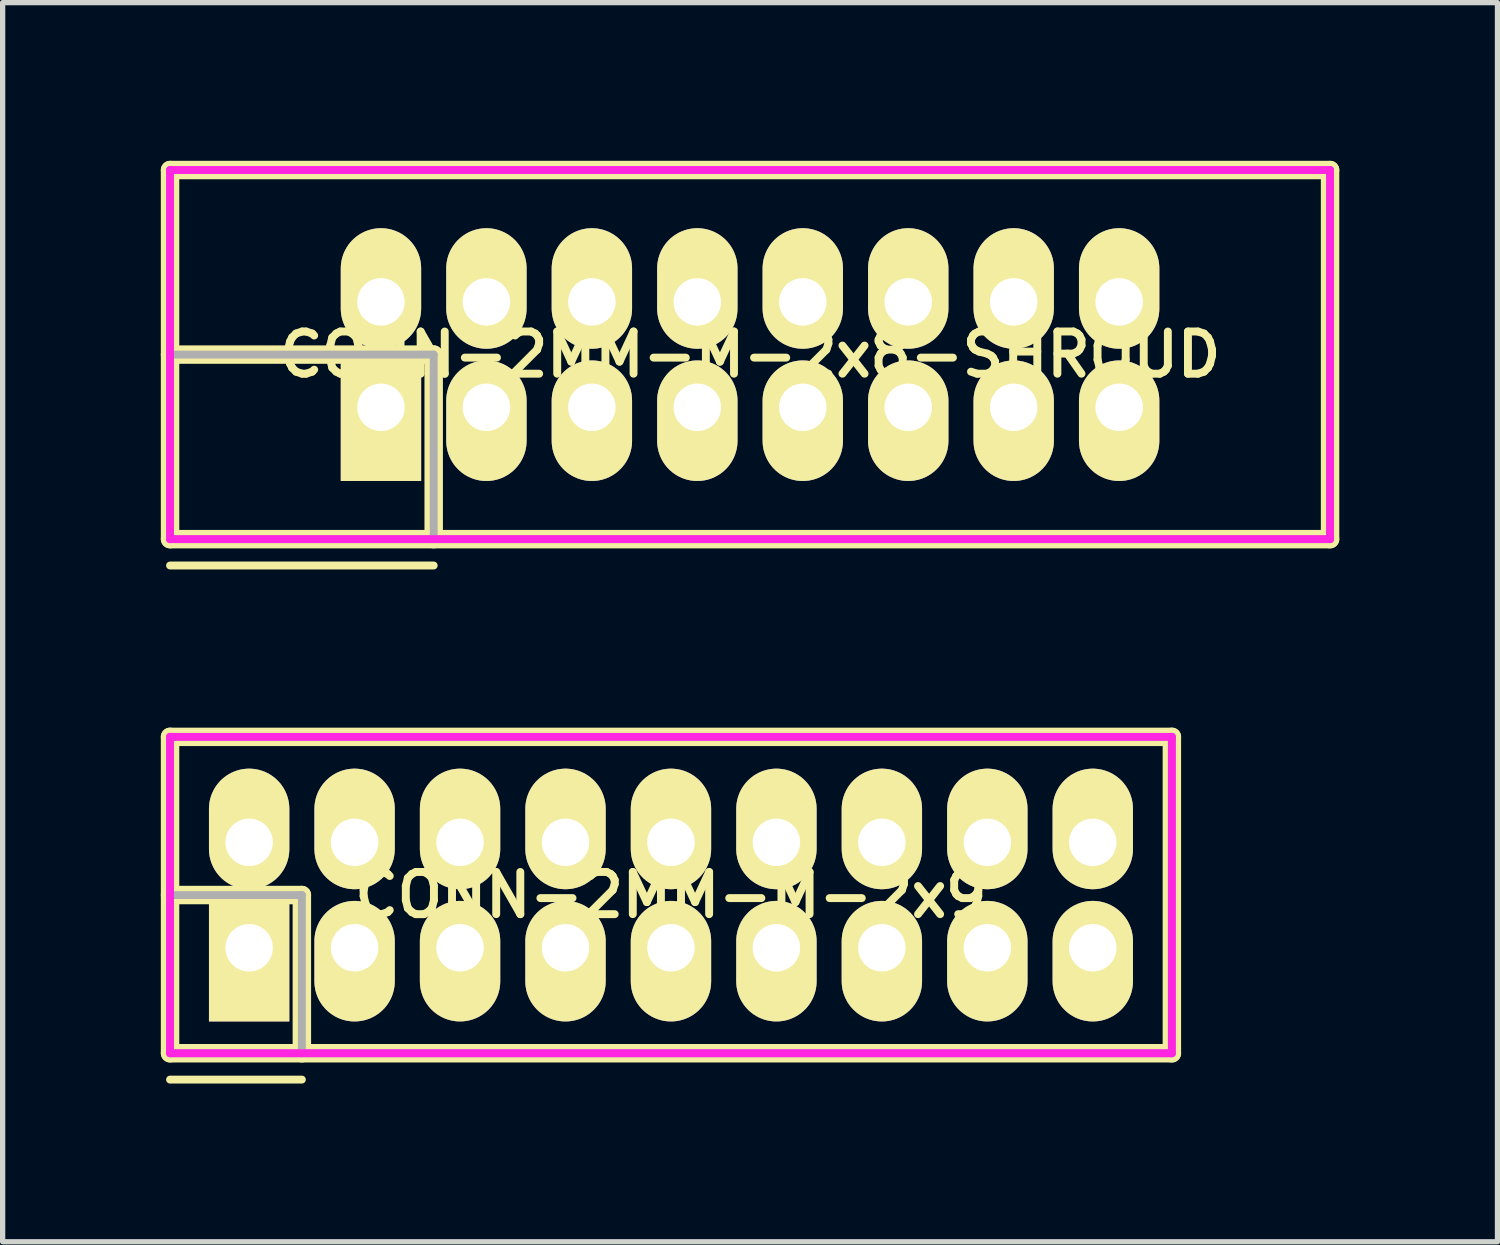
<source format=kicad_pcb>
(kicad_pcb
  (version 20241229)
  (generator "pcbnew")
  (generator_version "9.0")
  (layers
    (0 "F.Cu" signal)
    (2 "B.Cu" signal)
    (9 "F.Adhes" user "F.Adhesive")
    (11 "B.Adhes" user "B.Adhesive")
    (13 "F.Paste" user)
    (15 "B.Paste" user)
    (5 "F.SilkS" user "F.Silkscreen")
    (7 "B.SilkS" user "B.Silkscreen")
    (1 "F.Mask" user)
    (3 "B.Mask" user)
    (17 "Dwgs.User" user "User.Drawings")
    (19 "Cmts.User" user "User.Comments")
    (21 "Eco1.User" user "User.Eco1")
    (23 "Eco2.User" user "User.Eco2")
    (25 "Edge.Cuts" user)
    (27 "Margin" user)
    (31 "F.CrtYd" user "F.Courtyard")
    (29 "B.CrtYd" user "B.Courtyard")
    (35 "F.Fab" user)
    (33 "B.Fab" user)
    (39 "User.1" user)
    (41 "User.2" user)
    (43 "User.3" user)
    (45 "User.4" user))
  (footprint "CONN-2MM-M-2x8-SHROUD"
    (layer "F.Cu")
    (at 11.175 3.675)
    (property "Reference" "CONN-2MM-M-2x8-SHROUD" (at 0 0 0) (layer "F.SilkS") (effects (font (size 0.8 0.8) (thickness 0.15))))
    (attr through_hole)
    (fp_line (start -11 -3.5) (end 11 -3.5) (stroke (width 0.35) (type solid)) (layer "F.SilkS"))
    (fp_line (start -11 0) (end -6 0) (stroke (width 0.35) (type solid)) (layer "F.SilkS"))
    (fp_line (start -11 3.5) (end -11 -3.5) (stroke (width 0.35) (type solid)) (layer "F.SilkS"))
    (fp_line (start -11 4) (end -6 4) (stroke (width 0.15) (type solid)) (layer "F.SilkS"))
    (fp_line (start -6 0) (end -6 3.5) (stroke (width 0.35) (type solid)) (layer "F.SilkS"))
    (fp_line (start 11 -3.5) (end 11 3.5) (stroke (width 0.35) (type solid)) (layer "F.SilkS"))
    (fp_line (start 11 3.5) (end -11 3.5) (stroke (width 0.35) (type solid)) (layer "F.SilkS"))
    (fp_line (start -11 -3.5) (end 11 -3.5) (stroke (width 0.15) (type solid)) (layer "F.CrtYd"))
    (fp_line (start -11 3.5) (end -11 -3.5) (stroke (width 0.15) (type solid)) (layer "F.CrtYd"))
    (fp_line (start 11 -3.5) (end 11 3.5) (stroke (width 0.15) (type solid)) (layer "F.CrtYd"))
    (fp_line (start 11 3.5) (end -11 3.5) (stroke (width 0.15) (type solid)) (layer "F.CrtYd"))
    (fp_line (start -11 -3.5) (end 11 -3.5) (stroke (width 0.15) (type solid)) (layer "F.Fab"))
    (fp_line (start -11 0) (end -6 0) (stroke (width 0.15) (type solid)) (layer "F.Fab"))
    (fp_line (start -11 3.5) (end -11 -3.5) (stroke (width 0.15) (type solid)) (layer "F.Fab"))
    (fp_line (start -6 0) (end -6 3.5) (stroke (width 0.15) (type solid)) (layer "F.Fab"))
    (fp_line (start 11 -3.5) (end 11 3.5) (stroke (width 0.15) (type solid)) (layer "F.Fab"))
    (fp_line (start 11 3.5) (end -11 3.5) (stroke (width 0.15) (type solid)) (layer "F.Fab"))
    (pad "1" thru_hole rect (at -7 1) (size 1.524 2.286) (drill 0.9 (offset 0 0.254)) (layers "*.Cu" "*.Mask" "F.SilkS"))
    (pad "2" thru_hole oval (at -7 -1) (size 1.524 2.286) (drill 0.9 (offset 0 -0.254)) (layers "*.Cu" "*.Mask" "F.SilkS"))
    (pad "3" thru_hole oval (at -5 1) (size 1.524 2.286) (drill 0.9 (offset 0 0.254)) (layers "*.Cu" "*.Mask" "F.SilkS"))
    (pad "4" thru_hole oval (at -5 -1) (size 1.524 2.286) (drill 0.9 (offset 0 -0.254)) (layers "*.Cu" "*.Mask" "F.SilkS"))
    (pad "5" thru_hole oval (at -3 1) (size 1.524 2.286) (drill 0.9 (offset 0 0.254)) (layers "*.Cu" "*.Mask" "F.SilkS"))
    (pad "6" thru_hole oval (at -3 -1) (size 1.524 2.286) (drill 0.9 (offset 0 -0.254)) (layers "*.Cu" "*.Mask" "F.SilkS"))
    (pad "7" thru_hole oval (at -1 1) (size 1.524 2.286) (drill 0.9 (offset 0 0.254)) (layers "*.Cu" "*.Mask" "F.SilkS"))
    (pad "8" thru_hole oval (at -1 -1) (size 1.524 2.286) (drill 0.9 (offset 0 -0.254)) (layers "*.Cu" "*.Mask" "F.SilkS"))
    (pad "9" thru_hole oval (at 1 1) (size 1.524 2.286) (drill 0.9 (offset 0 0.254)) (layers "*.Cu" "*.Mask" "F.SilkS"))
    (pad "10" thru_hole oval (at 1 -1) (size 1.524 2.286) (drill 0.9 (offset 0 -0.254)) (layers "*.Cu" "*.Mask" "F.SilkS"))
    (pad "11" thru_hole oval (at 3 1) (size 1.524 2.286) (drill 0.9 (offset 0 0.254)) (layers "*.Cu" "*.Mask" "F.SilkS"))
    (pad "12" thru_hole oval (at 3 -1) (size 1.524 2.286) (drill 0.9 (offset 0 -0.254)) (layers "*.Cu" "*.Mask" "F.SilkS"))
    (pad "13" thru_hole oval (at 5 1) (size 1.524 2.286) (drill 0.9 (offset 0 0.254)) (layers "*.Cu" "*.Mask" "F.SilkS"))
    (pad "14" thru_hole oval (at 5 -1) (size 1.524 2.286) (drill 0.9 (offset 0 -0.254)) (layers "*.Cu" "*.Mask" "F.SilkS"))
    (pad "15" thru_hole oval (at 7 1) (size 1.524 2.286) (drill 0.9 (offset 0 0.254)) (layers "*.Cu" "*.Mask" "F.SilkS"))
    (pad "16" thru_hole oval (at 7 -1) (size 1.524 2.286) (drill 0.9 (offset 0 -0.254)) (layers "*.Cu" "*.Mask" "F.SilkS")))
  (footprint "CONN-2MM-M-2x9"
    (layer "F.Cu")
    (at 9.675 13.925)
    (property "Reference" "CONN-2MM-M-2x9" (at 0 0 0) (layer "F.SilkS") (effects (font (size 0.8 0.8) (thickness 0.15))))
    (attr through_hole)
    (fp_line (start -9.5 -3) (end 9.5 -3) (stroke (width 0.35) (type solid)) (layer "F.SilkS"))
    (fp_line (start -9.5 0) (end -7 0) (stroke (width 0.35) (type solid)) (layer "F.SilkS"))
    (fp_line (start -9.5 3) (end -9.5 -3) (stroke (width 0.35) (type solid)) (layer "F.SilkS"))
    (fp_line (start -9.5 3.5) (end -7 3.5) (stroke (width 0.15) (type solid)) (layer "F.SilkS"))
    (fp_line (start -7 0) (end -7 3) (stroke (width 0.35) (type solid)) (layer "F.SilkS"))
    (fp_line (start 9.5 -3) (end 9.5 3) (stroke (width 0.35) (type solid)) (layer "F.SilkS"))
    (fp_line (start 9.5 3) (end -9.5 3) (stroke (width 0.35) (type solid)) (layer "F.SilkS"))
    (fp_line (start -9.5 -3) (end 9.5 -3) (stroke (width 0.15) (type solid)) (layer "F.CrtYd"))
    (fp_line (start -9.5 3) (end -9.5 -3) (stroke (width 0.15) (type solid)) (layer "F.CrtYd"))
    (fp_line (start 9.5 -3) (end 9.5 3) (stroke (width 0.15) (type solid)) (layer "F.CrtYd"))
    (fp_line (start 9.5 3) (end -9.5 3) (stroke (width 0.15) (type solid)) (layer "F.CrtYd"))
    (fp_line (start -9.5 -3) (end 9.5 -3) (stroke (width 0.15) (type solid)) (layer "F.Fab"))
    (fp_line (start -9.5 0) (end -7 0) (stroke (width 0.15) (type solid)) (layer "F.Fab"))
    (fp_line (start -9.5 3) (end -9.5 -3) (stroke (width 0.15) (type solid)) (layer "F.Fab"))
    (fp_line (start -7 0) (end -7 3) (stroke (width 0.15) (type solid)) (layer "F.Fab"))
    (fp_line (start 9.5 -3) (end 9.5 3) (stroke (width 0.15) (type solid)) (layer "F.Fab"))
    (fp_line (start 9.5 3) (end -9.5 3) (stroke (width 0.15) (type solid)) (layer "F.Fab"))
    (pad "1" thru_hole rect (at -8 1) (size 1.524 2.286) (drill 0.9 (offset 0 0.254)) (layers "*.Cu" "*.Mask" "F.SilkS"))
    (pad "2" thru_hole oval (at -8 -1) (size 1.524 2.286) (drill 0.9 (offset 0 -0.254)) (layers "*.Cu" "*.Mask" "F.SilkS"))
    (pad "3" thru_hole oval (at -6 1) (size 1.524 2.286) (drill 0.9 (offset 0 0.254)) (layers "*.Cu" "*.Mask" "F.SilkS"))
    (pad "4" thru_hole oval (at -6 -1) (size 1.524 2.286) (drill 0.9 (offset 0 -0.254)) (layers "*.Cu" "*.Mask" "F.SilkS"))
    (pad "5" thru_hole oval (at -4 1) (size 1.524 2.286) (drill 0.9 (offset 0 0.254)) (layers "*.Cu" "*.Mask" "F.SilkS"))
    (pad "6" thru_hole oval (at -4 -1) (size 1.524 2.286) (drill 0.9 (offset 0 -0.254)) (layers "*.Cu" "*.Mask" "F.SilkS"))
    (pad "7" thru_hole oval (at -2 1) (size 1.524 2.286) (drill 0.9 (offset 0 0.254)) (layers "*.Cu" "*.Mask" "F.SilkS"))
    (pad "8" thru_hole oval (at -2 -1) (size 1.524 2.286) (drill 0.9 (offset 0 -0.254)) (layers "*.Cu" "*.Mask" "F.SilkS"))
    (pad "9" thru_hole oval (at 0 1) (size 1.524 2.286) (drill 0.9 (offset 0 0.254)) (layers "*.Cu" "*.Mask" "F.SilkS"))
    (pad "10" thru_hole oval (at 0 -1) (size 1.524 2.286) (drill 0.9 (offset 0 -0.254)) (layers "*.Cu" "*.Mask" "F.SilkS"))
    (pad "11" thru_hole oval (at 2 1) (size 1.524 2.286) (drill 0.9 (offset 0 0.254)) (layers "*.Cu" "*.Mask" "F.SilkS"))
    (pad "12" thru_hole oval (at 2 -1) (size 1.524 2.286) (drill 0.9 (offset 0 -0.254)) (layers "*.Cu" "*.Mask" "F.SilkS"))
    (pad "13" thru_hole oval (at 4 1) (size 1.524 2.286) (drill 0.9 (offset 0 0.254)) (layers "*.Cu" "*.Mask" "F.SilkS"))
    (pad "14" thru_hole oval (at 4 -1) (size 1.524 2.286) (drill 0.9 (offset 0 -0.254)) (layers "*.Cu" "*.Mask" "F.SilkS"))
    (pad "15" thru_hole oval (at 6 1) (size 1.524 2.286) (drill 0.9 (offset 0 0.254)) (layers "*.Cu" "*.Mask" "F.SilkS"))
    (pad "16" thru_hole oval (at 6 -1) (size 1.524 2.286) (drill 0.9 (offset 0 -0.254)) (layers "*.Cu" "*.Mask" "F.SilkS"))
    (pad "17" thru_hole oval (at 8 1) (size 1.524 2.286) (drill 0.9 (offset 0 0.254)) (layers "*.Cu" "*.Mask" "F.SilkS"))
    (pad "18" thru_hole oval (at 8 -1) (size 1.524 2.286) (drill 0.9 (offset 0 -0.254)) (layers "*.Cu" "*.Mask" "F.SilkS")))
  (gr_rect
    (start -3 -3)
    (end 25.35 20.5)
    (stroke (width 0.1) (type default))
    (fill no)
    (layer "Edge.Cuts")))
</source>
